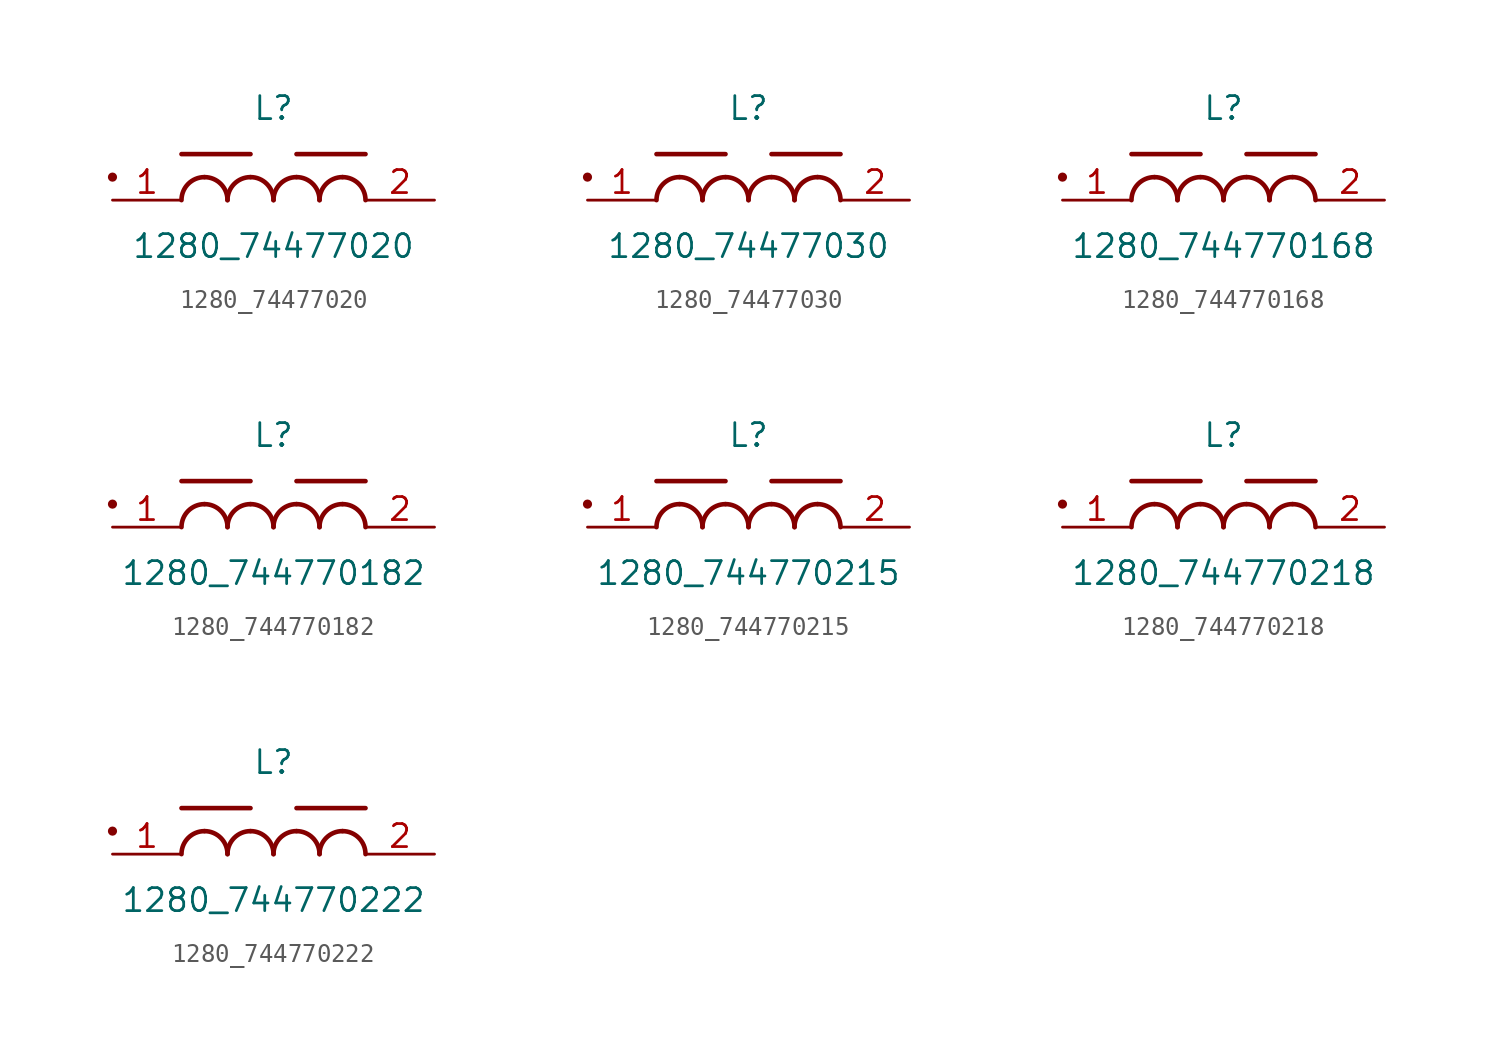
<source format=kicad_sym>
(kicad_symbol_lib
  (version 20211014)
  (generator kicad_symbol_editor)
  (symbol "Inductor_Wurth_WE-PD:1280_74477020"
    (pin_names hide)
    (property "Reference" "L"
      (at 0 5.08 0)
      (effects (font (size 1.27 1.27))))
    (property "Value" "1280_74477020"
      (at 0 -2.54 0)
      (effects (font (size 1.27 1.27))))
    (symbol "1280_74477020_0_1"
      (circle (center -8.89 1.27) (radius 0.0001) (stroke (width 0.254)) (stroke (width 0.254) (type default) (color 0 0 0 0)) (fill (type none)))
      (arc (start -3.81 1.27) (mid -4.708 0.898) (end -5.08 0) (stroke (width 0.254) (type default) (color 0 0 0 0)) (fill (type none)))
      (arc (start -2.54 0) (mid -2.912 0.898) (end -3.81 1.27) (stroke (width 0.254) (type default) (color 0 0 0 0)) (fill (type none)))
      (arc (start -1.2699 1.2701) (mid -2.1679 0.8981) (end -2.5399 0.0001) (stroke (width 0.254) (type default) (color 0 0 0 0)) (fill (type none)))
      (polyline (pts (xy -5.08 2.54) (xy -1.27 2.54)) (stroke (width 0.254) (type default) (color 0 0 0 0)) (fill (type none)))
      (polyline (pts (xy 5.08 2.54) (xy 1.27 2.54)) (stroke (width 0.254) (type default) (color 0 0 0 0)) (fill (type none)))
      (arc (start 0.0001 0.0001) (mid -0.3719 0.8981) (end -1.2699 1.2701) (stroke (width 0.254) (type default) (color 0 0 0 0)) (fill (type none)))
      (arc (start 1.2701 1.2701) (mid 0.3721 0.8981) (end 0.0001 0.0001) (stroke (width 0.254) (type default) (color 0 0 0 0)) (fill (type none)))
      (arc (start 2.5401 0.0001) (mid 2.1681 0.8981) (end 1.2701 1.2701) (stroke (width 0.254) (type default) (color 0 0 0 0)) (fill (type none)))
      (arc (start 3.8101 1.2701) (mid 2.9121 0.8981) (end 2.5401 0.0001) (stroke (width 0.254) (type default) (color 0 0 0 0)) (fill (type none)))
      (arc (start 5.0801 0.0001) (mid 4.7081 0.8981) (end 3.8101 1.2701) (stroke (width 0.254) (type default) (color 0 0 0 0)) (fill (type none))))
    (symbol "1280_74477020_1_1"
      (pin passive line (at -8.89 0 0) (length 3.81) (name "1" (effects (font (size 1.27 1.27)))) (number "1" (effects (font (size 1.27 1.27)))))
      (pin passive line (at 8.89 0 180) (length 3.81) (name "2" (effects (font (size 1.27 1.27)))) (number "2" (effects (font (size 1.27 1.27)))))))
  (symbol "Inductor_Wurth_WE-PD:1280_74477030"
    (pin_names hide)
    (property "Reference" "L"
      (at 0 5.08 0)
      (effects (font (size 1.27 1.27))))
    (property "Value" "1280_74477030"
      (at 0 -2.54 0)
      (effects (font (size 1.27 1.27))))
    (symbol "1280_74477030_0_1"
      (circle (center -8.89 1.27) (radius 0.0001) (stroke (width 0.254)) (stroke (width 0.254) (type default) (color 0 0 0 0)) (fill (type none)))
      (arc (start -3.81 1.27) (mid -4.708 0.898) (end -5.08 0) (stroke (width 0.254) (type default) (color 0 0 0 0)) (fill (type none)))
      (arc (start -2.54 0) (mid -2.912 0.898) (end -3.81 1.27) (stroke (width 0.254) (type default) (color 0 0 0 0)) (fill (type none)))
      (arc (start -1.2699 1.2701) (mid -2.1679 0.8981) (end -2.5399 0.0001) (stroke (width 0.254) (type default) (color 0 0 0 0)) (fill (type none)))
      (polyline (pts (xy -5.08 2.54) (xy -1.27 2.54)) (stroke (width 0.254) (type default) (color 0 0 0 0)) (fill (type none)))
      (polyline (pts (xy 5.08 2.54) (xy 1.27 2.54)) (stroke (width 0.254) (type default) (color 0 0 0 0)) (fill (type none)))
      (arc (start 0.0001 0.0001) (mid -0.3719 0.8981) (end -1.2699 1.2701) (stroke (width 0.254) (type default) (color 0 0 0 0)) (fill (type none)))
      (arc (start 1.2701 1.2701) (mid 0.3721 0.8981) (end 0.0001 0.0001) (stroke (width 0.254) (type default) (color 0 0 0 0)) (fill (type none)))
      (arc (start 2.5401 0.0001) (mid 2.1681 0.8981) (end 1.2701 1.2701) (stroke (width 0.254) (type default) (color 0 0 0 0)) (fill (type none)))
      (arc (start 3.8101 1.2701) (mid 2.9121 0.8981) (end 2.5401 0.0001) (stroke (width 0.254) (type default) (color 0 0 0 0)) (fill (type none)))
      (arc (start 5.0801 0.0001) (mid 4.7081 0.8981) (end 3.8101 1.2701) (stroke (width 0.254) (type default) (color 0 0 0 0)) (fill (type none))))
    (symbol "1280_74477030_1_1"
      (pin passive line (at -8.89 0 0) (length 3.81) (name "1" (effects (font (size 1.27 1.27)))) (number "1" (effects (font (size 1.27 1.27)))))
      (pin passive line (at 8.89 0 180) (length 3.81) (name "2" (effects (font (size 1.27 1.27)))) (number "2" (effects (font (size 1.27 1.27)))))))
  (symbol "Inductor_Wurth_WE-PD:1280_744770168"
    (pin_names hide)
    (property "Reference" "L"
      (at 0 5.08 0)
      (effects (font (size 1.27 1.27))))
    (property "Value" "1280_744770168"
      (at 0 -2.54 0)
      (effects (font (size 1.27 1.27))))
    (symbol "1280_744770168_0_1"
      (circle (center -8.89 1.27) (radius 0.0001) (stroke (width 0.254)) (stroke (width 0.254) (type default) (color 0 0 0 0)) (fill (type none)))
      (arc (start -3.81 1.27) (mid -4.708 0.898) (end -5.08 0) (stroke (width 0.254) (type default) (color 0 0 0 0)) (fill (type none)))
      (arc (start -2.54 0) (mid -2.912 0.898) (end -3.81 1.27) (stroke (width 0.254) (type default) (color 0 0 0 0)) (fill (type none)))
      (arc (start -1.2699 1.2701) (mid -2.1679 0.8981) (end -2.5399 0.0001) (stroke (width 0.254) (type default) (color 0 0 0 0)) (fill (type none)))
      (polyline (pts (xy -5.08 2.54) (xy -1.27 2.54)) (stroke (width 0.254) (type default) (color 0 0 0 0)) (fill (type none)))
      (polyline (pts (xy 5.08 2.54) (xy 1.27 2.54)) (stroke (width 0.254) (type default) (color 0 0 0 0)) (fill (type none)))
      (arc (start 0.0001 0.0001) (mid -0.3719 0.8981) (end -1.2699 1.2701) (stroke (width 0.254) (type default) (color 0 0 0 0)) (fill (type none)))
      (arc (start 1.2701 1.2701) (mid 0.3721 0.8981) (end 0.0001 0.0001) (stroke (width 0.254) (type default) (color 0 0 0 0)) (fill (type none)))
      (arc (start 2.5401 0.0001) (mid 2.1681 0.8981) (end 1.2701 1.2701) (stroke (width 0.254) (type default) (color 0 0 0 0)) (fill (type none)))
      (arc (start 3.8101 1.2701) (mid 2.9121 0.8981) (end 2.5401 0.0001) (stroke (width 0.254) (type default) (color 0 0 0 0)) (fill (type none)))
      (arc (start 5.0801 0.0001) (mid 4.7081 0.8981) (end 3.8101 1.2701) (stroke (width 0.254) (type default) (color 0 0 0 0)) (fill (type none))))
    (symbol "1280_744770168_1_1"
      (pin passive line (at -8.89 0 0) (length 3.81) (name "1" (effects (font (size 1.27 1.27)))) (number "1" (effects (font (size 1.27 1.27)))))
      (pin passive line (at 8.89 0 180) (length 3.81) (name "2" (effects (font (size 1.27 1.27)))) (number "2" (effects (font (size 1.27 1.27)))))))
  (symbol "Inductor_Wurth_WE-PD:1280_744770182"
    (pin_names hide)
    (property "Reference" "L"
      (at 0 5.08 0)
      (effects (font (size 1.27 1.27))))
    (property "Value" "1280_744770182"
      (at 0 -2.54 0)
      (effects (font (size 1.27 1.27))))
    (symbol "1280_744770182_0_1"
      (circle (center -8.89 1.27) (radius 0.0001) (stroke (width 0.254)) (stroke (width 0.254) (type default) (color 0 0 0 0)) (fill (type none)))
      (arc (start -3.81 1.27) (mid -4.708 0.898) (end -5.08 0) (stroke (width 0.254) (type default) (color 0 0 0 0)) (fill (type none)))
      (arc (start -2.54 0) (mid -2.912 0.898) (end -3.81 1.27) (stroke (width 0.254) (type default) (color 0 0 0 0)) (fill (type none)))
      (arc (start -1.2699 1.2701) (mid -2.1679 0.8981) (end -2.5399 0.0001) (stroke (width 0.254) (type default) (color 0 0 0 0)) (fill (type none)))
      (polyline (pts (xy -5.08 2.54) (xy -1.27 2.54)) (stroke (width 0.254) (type default) (color 0 0 0 0)) (fill (type none)))
      (polyline (pts (xy 5.08 2.54) (xy 1.27 2.54)) (stroke (width 0.254) (type default) (color 0 0 0 0)) (fill (type none)))
      (arc (start 0.0001 0.0001) (mid -0.3719 0.8981) (end -1.2699 1.2701) (stroke (width 0.254) (type default) (color 0 0 0 0)) (fill (type none)))
      (arc (start 1.2701 1.2701) (mid 0.3721 0.8981) (end 0.0001 0.0001) (stroke (width 0.254) (type default) (color 0 0 0 0)) (fill (type none)))
      (arc (start 2.5401 0.0001) (mid 2.1681 0.8981) (end 1.2701 1.2701) (stroke (width 0.254) (type default) (color 0 0 0 0)) (fill (type none)))
      (arc (start 3.8101 1.2701) (mid 2.9121 0.8981) (end 2.5401 0.0001) (stroke (width 0.254) (type default) (color 0 0 0 0)) (fill (type none)))
      (arc (start 5.0801 0.0001) (mid 4.7081 0.8981) (end 3.8101 1.2701) (stroke (width 0.254) (type default) (color 0 0 0 0)) (fill (type none))))
    (symbol "1280_744770182_1_1"
      (pin passive line (at -8.89 0 0) (length 3.81) (name "1" (effects (font (size 1.27 1.27)))) (number "1" (effects (font (size 1.27 1.27)))))
      (pin passive line (at 8.89 0 180) (length 3.81) (name "2" (effects (font (size 1.27 1.27)))) (number "2" (effects (font (size 1.27 1.27)))))))
  (symbol "Inductor_Wurth_WE-PD:1280_744770215"
    (pin_names hide)
    (property "Reference" "L"
      (at 0 5.08 0)
      (effects (font (size 1.27 1.27))))
    (property "Value" "1280_744770215"
      (at 0 -2.54 0)
      (effects (font (size 1.27 1.27))))
    (symbol "1280_744770215_0_1"
      (circle (center -8.89 1.27) (radius 0.0001) (stroke (width 0.254)) (stroke (width 0.254) (type default) (color 0 0 0 0)) (fill (type none)))
      (arc (start -3.81 1.27) (mid -4.708 0.898) (end -5.08 0) (stroke (width 0.254) (type default) (color 0 0 0 0)) (fill (type none)))
      (arc (start -2.54 0) (mid -2.912 0.898) (end -3.81 1.27) (stroke (width 0.254) (type default) (color 0 0 0 0)) (fill (type none)))
      (arc (start -1.2699 1.2701) (mid -2.1679 0.8981) (end -2.5399 0.0001) (stroke (width 0.254) (type default) (color 0 0 0 0)) (fill (type none)))
      (polyline (pts (xy -5.08 2.54) (xy -1.27 2.54)) (stroke (width 0.254) (type default) (color 0 0 0 0)) (fill (type none)))
      (polyline (pts (xy 5.08 2.54) (xy 1.27 2.54)) (stroke (width 0.254) (type default) (color 0 0 0 0)) (fill (type none)))
      (arc (start 0.0001 0.0001) (mid -0.3719 0.8981) (end -1.2699 1.2701) (stroke (width 0.254) (type default) (color 0 0 0 0)) (fill (type none)))
      (arc (start 1.2701 1.2701) (mid 0.3721 0.8981) (end 0.0001 0.0001) (stroke (width 0.254) (type default) (color 0 0 0 0)) (fill (type none)))
      (arc (start 2.5401 0.0001) (mid 2.1681 0.8981) (end 1.2701 1.2701) (stroke (width 0.254) (type default) (color 0 0 0 0)) (fill (type none)))
      (arc (start 3.8101 1.2701) (mid 2.9121 0.8981) (end 2.5401 0.0001) (stroke (width 0.254) (type default) (color 0 0 0 0)) (fill (type none)))
      (arc (start 5.0801 0.0001) (mid 4.7081 0.8981) (end 3.8101 1.2701) (stroke (width 0.254) (type default) (color 0 0 0 0)) (fill (type none))))
    (symbol "1280_744770215_1_1"
      (pin passive line (at -8.89 0 0) (length 3.81) (name "1" (effects (font (size 1.27 1.27)))) (number "1" (effects (font (size 1.27 1.27)))))
      (pin passive line (at 8.89 0 180) (length 3.81) (name "2" (effects (font (size 1.27 1.27)))) (number "2" (effects (font (size 1.27 1.27)))))))
  (symbol "Inductor_Wurth_WE-PD:1280_744770218"
    (pin_names hide)
    (property "Reference" "L"
      (at 0 5.08 0)
      (effects (font (size 1.27 1.27))))
    (property "Value" "1280_744770218"
      (at 0 -2.54 0)
      (effects (font (size 1.27 1.27))))
    (symbol "1280_744770218_0_1"
      (circle (center -8.89 1.27) (radius 0.0001) (stroke (width 0.254)) (stroke (width 0.254) (type default) (color 0 0 0 0)) (fill (type none)))
      (arc (start -3.81 1.27) (mid -4.708 0.898) (end -5.08 0) (stroke (width 0.254) (type default) (color 0 0 0 0)) (fill (type none)))
      (arc (start -2.54 0) (mid -2.912 0.898) (end -3.81 1.27) (stroke (width 0.254) (type default) (color 0 0 0 0)) (fill (type none)))
      (arc (start -1.2699 1.2701) (mid -2.1679 0.8981) (end -2.5399 0.0001) (stroke (width 0.254) (type default) (color 0 0 0 0)) (fill (type none)))
      (polyline (pts (xy -5.08 2.54) (xy -1.27 2.54)) (stroke (width 0.254) (type default) (color 0 0 0 0)) (fill (type none)))
      (polyline (pts (xy 5.08 2.54) (xy 1.27 2.54)) (stroke (width 0.254) (type default) (color 0 0 0 0)) (fill (type none)))
      (arc (start 0.0001 0.0001) (mid -0.3719 0.8981) (end -1.2699 1.2701) (stroke (width 0.254) (type default) (color 0 0 0 0)) (fill (type none)))
      (arc (start 1.2701 1.2701) (mid 0.3721 0.8981) (end 0.0001 0.0001) (stroke (width 0.254) (type default) (color 0 0 0 0)) (fill (type none)))
      (arc (start 2.5401 0.0001) (mid 2.1681 0.8981) (end 1.2701 1.2701) (stroke (width 0.254) (type default) (color 0 0 0 0)) (fill (type none)))
      (arc (start 3.8101 1.2701) (mid 2.9121 0.8981) (end 2.5401 0.0001) (stroke (width 0.254) (type default) (color 0 0 0 0)) (fill (type none)))
      (arc (start 5.0801 0.0001) (mid 4.7081 0.8981) (end 3.8101 1.2701) (stroke (width 0.254) (type default) (color 0 0 0 0)) (fill (type none))))
    (symbol "1280_744770218_1_1"
      (pin passive line (at -8.89 0 0) (length 3.81) (name "1" (effects (font (size 1.27 1.27)))) (number "1" (effects (font (size 1.27 1.27)))))
      (pin passive line (at 8.89 0 180) (length 3.81) (name "2" (effects (font (size 1.27 1.27)))) (number "2" (effects (font (size 1.27 1.27)))))))
  (symbol "Inductor_Wurth_WE-PD:1280_744770222"
    (pin_names hide)
    (property "Reference" "L"
      (at 0 5.08 0)
      (effects (font (size 1.27 1.27))))
    (property "Value" "1280_744770222"
      (at 0 -2.54 0)
      (effects (font (size 1.27 1.27))))
    (symbol "1280_744770222_0_1"
      (circle (center -8.89 1.27) (radius 0.0001) (stroke (width 0.254)) (stroke (width 0.254) (type default) (color 0 0 0 0)) (fill (type none)))
      (arc (start -3.81 1.27) (mid -4.708 0.898) (end -5.08 0) (stroke (width 0.254) (type default) (color 0 0 0 0)) (fill (type none)))
      (arc (start -2.54 0) (mid -2.912 0.898) (end -3.81 1.27) (stroke (width 0.254) (type default) (color 0 0 0 0)) (fill (type none)))
      (arc (start -1.2699 1.2701) (mid -2.1679 0.8981) (end -2.5399 0.0001) (stroke (width 0.254) (type default) (color 0 0 0 0)) (fill (type none)))
      (polyline (pts (xy -5.08 2.54) (xy -1.27 2.54)) (stroke (width 0.254) (type default) (color 0 0 0 0)) (fill (type none)))
      (polyline (pts (xy 5.08 2.54) (xy 1.27 2.54)) (stroke (width 0.254) (type default) (color 0 0 0 0)) (fill (type none)))
      (arc (start 0.0001 0.0001) (mid -0.3719 0.8981) (end -1.2699 1.2701) (stroke (width 0.254) (type default) (color 0 0 0 0)) (fill (type none)))
      (arc (start 1.2701 1.2701) (mid 0.3721 0.8981) (end 0.0001 0.0001) (stroke (width 0.254) (type default) (color 0 0 0 0)) (fill (type none)))
      (arc (start 2.5401 0.0001) (mid 2.1681 0.8981) (end 1.2701 1.2701) (stroke (width 0.254) (type default) (color 0 0 0 0)) (fill (type none)))
      (arc (start 3.8101 1.2701) (mid 2.9121 0.8981) (end 2.5401 0.0001) (stroke (width 0.254) (type default) (color 0 0 0 0)) (fill (type none)))
      (arc (start 5.0801 0.0001) (mid 4.7081 0.8981) (end 3.8101 1.2701) (stroke (width 0.254) (type default) (color 0 0 0 0)) (fill (type none))))
    (symbol "1280_744770222_1_1"
      (pin passive line (at -8.89 0 0) (length 3.81) (name "1" (effects (font (size 1.27 1.27)))) (number "1" (effects (font (size 1.27 1.27)))))
      (pin passive line (at 8.89 0 180) (length 3.81) (name "2" (effects (font (size 1.27 1.27)))) (number "2" (effects (font (size 1.27 1.27))))))))
</source>
